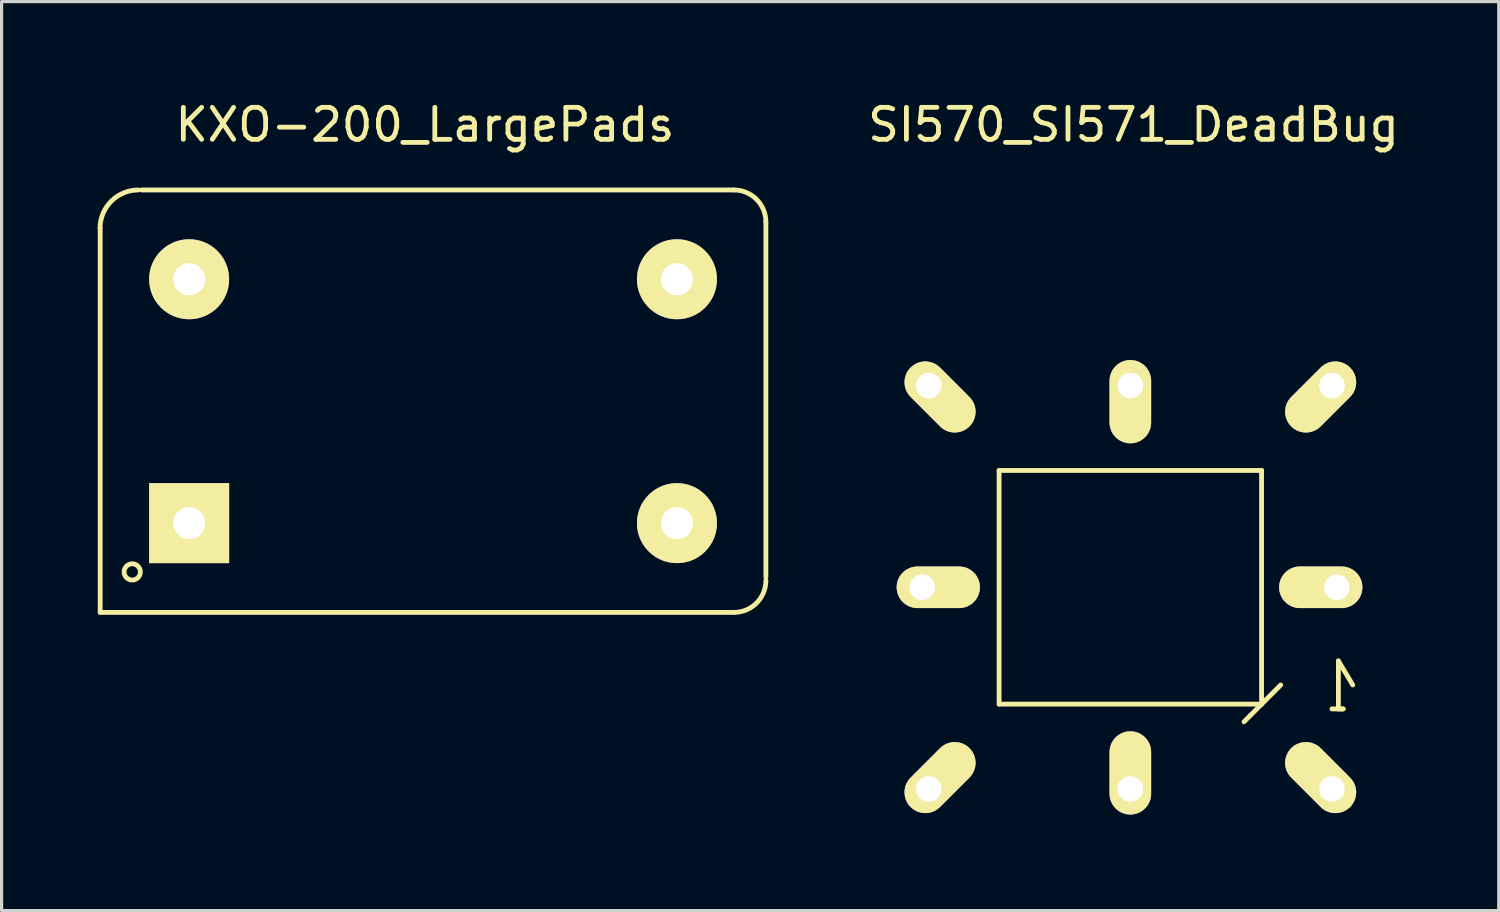
<source format=kicad_pcb>
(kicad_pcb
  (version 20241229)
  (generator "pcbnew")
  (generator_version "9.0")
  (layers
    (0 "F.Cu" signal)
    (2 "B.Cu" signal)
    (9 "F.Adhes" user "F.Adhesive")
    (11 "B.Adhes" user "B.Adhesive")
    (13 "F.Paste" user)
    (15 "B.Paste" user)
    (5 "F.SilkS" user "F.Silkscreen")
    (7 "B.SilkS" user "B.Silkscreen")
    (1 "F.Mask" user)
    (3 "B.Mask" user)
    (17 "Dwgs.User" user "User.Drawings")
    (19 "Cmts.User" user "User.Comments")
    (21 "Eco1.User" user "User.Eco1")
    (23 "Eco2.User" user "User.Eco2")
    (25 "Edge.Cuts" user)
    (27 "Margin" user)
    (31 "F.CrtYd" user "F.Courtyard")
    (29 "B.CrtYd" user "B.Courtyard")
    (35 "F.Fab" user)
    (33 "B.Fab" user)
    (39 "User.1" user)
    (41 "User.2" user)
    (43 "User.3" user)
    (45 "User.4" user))
  (footprint "KXO-200_LargePads"
    (layer "F.Cu")
    (at 10.479 9.484)
    (property "Reference" "KXO-200_LargePads" (at -0.254 -8.636 0) (layer "F.SilkS") (effects (font (size 1 1) (thickness 0.15))))
    (attr through_hole)
    (fp_line (start -10.399 -5.4) (end -10.399 6.599) (stroke (width 0.15) (type solid)) (layer "F.SilkS"))
    (fp_line (start -9.101 -6.599) (end 9.401 -6.599) (stroke (width 0.15) (type solid)) (layer "F.SilkS"))
    (fp_line (start 9.401 6.599) (end -10.399 6.599) (stroke (width 0.15) (type solid)) (layer "F.SilkS"))
    (fp_line (start 10.399 -5.601) (end 10.399 5.499) (stroke (width 0.15) (type solid)) (layer "F.SilkS"))
    (fp_arc (start -10.40384 -5.40004) (mid -10.052696 -6.247776) (end -9.20496 -6.59892) (stroke (width 0.15) (type solid)) (layer "F.SilkS"))
    (fp_arc (start 9.40054 -6.59892) (mid 10.106388 -6.306548) (end 10.39876 -5.6007) (stroke (width 0.15) (type solid)) (layer "F.SilkS"))
    (fp_arc (start 10.39876 5.6007) (mid 10.106388 6.306548) (end 9.40054 6.59892) (stroke (width 0.15) (type solid)) (layer "F.SilkS"))
    (fp_circle (center -9.398 5.334) (end -9.398 5.588) (stroke (width 0.15) (type solid)) (fill no) (layer "F.SilkS"))
    (pad "1" thru_hole rect (at -7.62 3.81) (size 2.499 2.499) (drill 1.001) (layers "*.Cu" "*.Mask" "F.SilkS"))
    (pad "7" thru_hole circle (at 7.62 3.81) (size 2.499 2.499) (drill 1.001) (layers "*.Cu" "*.Mask" "F.SilkS"))
    (pad "8" thru_hole circle (at 7.62 -3.81) (size 2.499 2.499) (drill 1.001) (layers "*.Cu" "*.Mask" "F.SilkS"))
    (pad "14" thru_hole circle (at -7.62 -3.81) (size 2.499 2.499) (drill 1.001) (layers "*.Cu" "*.Mask" "F.SilkS")))
  (footprint "SI570_SI571_DeadBug"
    (layer "F.Cu")
    (at 32.264 15.298)
    (property "Reference" "SI570_SI571_DeadBug" (at 0.099 -14.45 0) (layer "F.SilkS") (effects (font (size 1 1) (thickness 0.15))))
    (attr smd)
    (fp_line (start -4.1 -3.65) (end -4.1 3.65) (stroke (width 0.15) (type solid)) (layer "F.SilkS"))
    (fp_line (start -4.1 3.65) (end 4.1 3.65) (stroke (width 0.15) (type solid)) (layer "F.SilkS"))
    (fp_line (start 3.551 4.201) (end 4.699 3.051) (stroke (width 0.15) (type solid)) (layer "F.SilkS"))
    (fp_line (start 4.1 -3.65) (end -4.1 -3.65) (stroke (width 0.15) (type solid)) (layer "F.SilkS"))
    (fp_line (start 4.1 3.65) (end 4.1 -3.65) (stroke (width 0.15) (type solid)) (layer "F.SilkS"))
    (fp_line (start 6.5 2.301) (end 6.5 3.8) (stroke (width 0.15) (type solid)) (layer "F.SilkS"))
    (fp_line (start 6.5 3.8) (end 6.65 3.8) (stroke (width 0.15) (type solid)) (layer "F.SilkS"))
    (fp_line (start 6.65 3.8) (end 6.299 3.8) (stroke (width 0.15) (type solid)) (layer "F.SilkS"))
    (fp_line (start 6.949 3.051) (end 6.5 2.301) (stroke (width 0.15) (type solid)) (layer "F.SilkS"))
    (pad "1" thru_hole oval (at 6.299 6.299 135) (size 2.601 1.3) (drill 0.8 (offset 0.5 0)) (layers "*.Cu" "*.Mask" "F.SilkS"))
    (pad "2" thru_hole oval (at 0 6.299 90) (size 2.601 1.3) (drill 0.8 (offset 0.5 0)) (layers "*.Cu" "*.Mask" "F.SilkS"))
    (pad "3" thru_hole oval (at -6.299 6.299 45) (size 2.601 1.3) (drill 0.8 (offset 0.5 0)) (layers "*.Cu" "*.Mask" "F.SilkS"))
    (pad "4" thru_hole oval (at -6.299 -6.299 315) (size 2.601 1.3) (drill 0.8 (offset 0.5 0)) (layers "*.Cu" "*.Mask" "F.SilkS"))
    (pad "5" thru_hole oval (at 0 -6.299 270) (size 2.601 1.3) (drill 0.8 (offset 0.5 0)) (layers "*.Cu" "*.Mask" "F.SilkS"))
    (pad "6" thru_hole oval (at 6.299 -6.299 225) (size 2.601 1.3) (drill 0.8 (offset 0.5 0)) (layers "*.Cu" "*.Mask" "F.SilkS"))
    (pad "7" thru_hole oval (at 6.449 0 180) (size 2.601 1.3) (drill 0.8 (offset 0.5 0)) (layers "*.Cu" "*.Mask" "F.SilkS"))
    (pad "8" thru_hole oval (at -6.5 0) (size 2.601 1.3) (drill 0.8 (offset 0.5 0)) (layers "*.Cu" "*.Mask" "F.SilkS")))
  (gr_rect
    (start -3 -3)
    (end 43.774 25.398)
    (stroke (width 0.1) (type default))
    (fill no)
    (layer "Edge.Cuts")))
</source>
